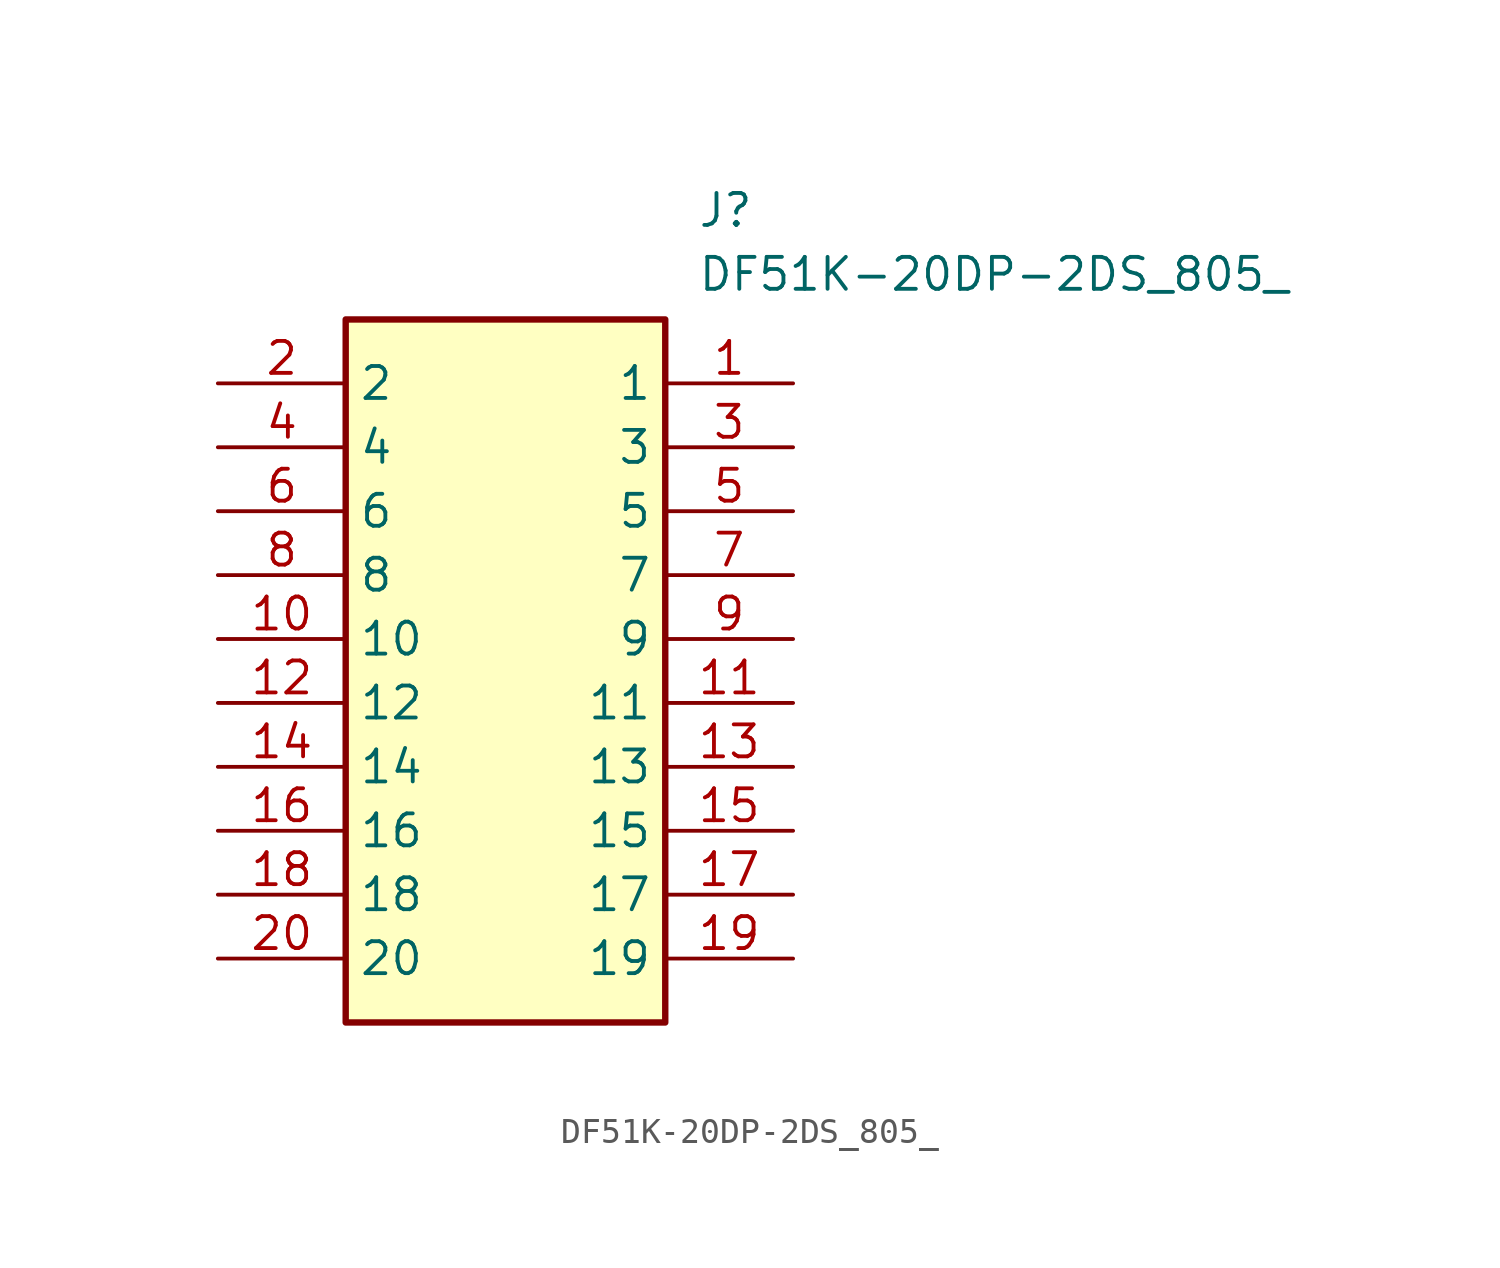
<source format=kicad_sym>
(kicad_symbol_lib
  (version 20220914)
  (generator kicad_symbol_editor)
  (symbol "DF51K-20DP-2DS_805_"
    (property "Reference" "J"
      (at 19.05 7.62 0)
      (effects (font (size 1.27 1.27)) (justify left top)))
    (property "Value" "DF51K-20DP-2DS_805_"
      (at 19.05 5.08 0)
      (effects (font (size 1.27 1.27)) (justify left top)))
    (symbol "DF51K-20DP-2DS_805__1_1"
      (rectangle (start 5.08 2.54) (end 17.78 -25.4) (stroke (width 0.254) (type default)) (fill (type background)))
      (pin passive line (at 22.86 0 180) (length 5.08) (name "1" (effects (font (size 1.27 1.27)))) (number "1" (effects (font (size 1.27 1.27)))))
      (pin passive line (at 0 -10.16 0) (length 5.08) (name "10" (effects (font (size 1.27 1.27)))) (number "10" (effects (font (size 1.27 1.27)))))
      (pin passive line (at 22.86 -12.7 180) (length 5.08) (name "11" (effects (font (size 1.27 1.27)))) (number "11" (effects (font (size 1.27 1.27)))))
      (pin passive line (at 0 -12.7 0) (length 5.08) (name "12" (effects (font (size 1.27 1.27)))) (number "12" (effects (font (size 1.27 1.27)))))
      (pin passive line (at 22.86 -15.24 180) (length 5.08) (name "13" (effects (font (size 1.27 1.27)))) (number "13" (effects (font (size 1.27 1.27)))))
      (pin passive line (at 0 -15.24 0) (length 5.08) (name "14" (effects (font (size 1.27 1.27)))) (number "14" (effects (font (size 1.27 1.27)))))
      (pin passive line (at 22.86 -17.78 180) (length 5.08) (name "15" (effects (font (size 1.27 1.27)))) (number "15" (effects (font (size 1.27 1.27)))))
      (pin passive line (at 0 -17.78 0) (length 5.08) (name "16" (effects (font (size 1.27 1.27)))) (number "16" (effects (font (size 1.27 1.27)))))
      (pin passive line (at 22.86 -20.32 180) (length 5.08) (name "17" (effects (font (size 1.27 1.27)))) (number "17" (effects (font (size 1.27 1.27)))))
      (pin passive line (at 0 -20.32 0) (length 5.08) (name "18" (effects (font (size 1.27 1.27)))) (number "18" (effects (font (size 1.27 1.27)))))
      (pin passive line (at 22.86 -22.86 180) (length 5.08) (name "19" (effects (font (size 1.27 1.27)))) (number "19" (effects (font (size 1.27 1.27)))))
      (pin passive line (at 0 0 0) (length 5.08) (name "2" (effects (font (size 1.27 1.27)))) (number "2" (effects (font (size 1.27 1.27)))))
      (pin passive line (at 0 -22.86 0) (length 5.08) (name "20" (effects (font (size 1.27 1.27)))) (number "20" (effects (font (size 1.27 1.27)))))
      (pin passive line (at 22.86 -2.54 180) (length 5.08) (name "3" (effects (font (size 1.27 1.27)))) (number "3" (effects (font (size 1.27 1.27)))))
      (pin passive line (at 0 -2.54 0) (length 5.08) (name "4" (effects (font (size 1.27 1.27)))) (number "4" (effects (font (size 1.27 1.27)))))
      (pin passive line (at 22.86 -5.08 180) (length 5.08) (name "5" (effects (font (size 1.27 1.27)))) (number "5" (effects (font (size 1.27 1.27)))))
      (pin passive line (at 0 -5.08 0) (length 5.08) (name "6" (effects (font (size 1.27 1.27)))) (number "6" (effects (font (size 1.27 1.27)))))
      (pin passive line (at 22.86 -7.62 180) (length 5.08) (name "7" (effects (font (size 1.27 1.27)))) (number "7" (effects (font (size 1.27 1.27)))))
      (pin passive line (at 0 -7.62 0) (length 5.08) (name "8" (effects (font (size 1.27 1.27)))) (number "8" (effects (font (size 1.27 1.27)))))
      (pin passive line (at 22.86 -10.16 180) (length 5.08) (name "9" (effects (font (size 1.27 1.27)))) (number "9" (effects (font (size 1.27 1.27))))))))
</source>
